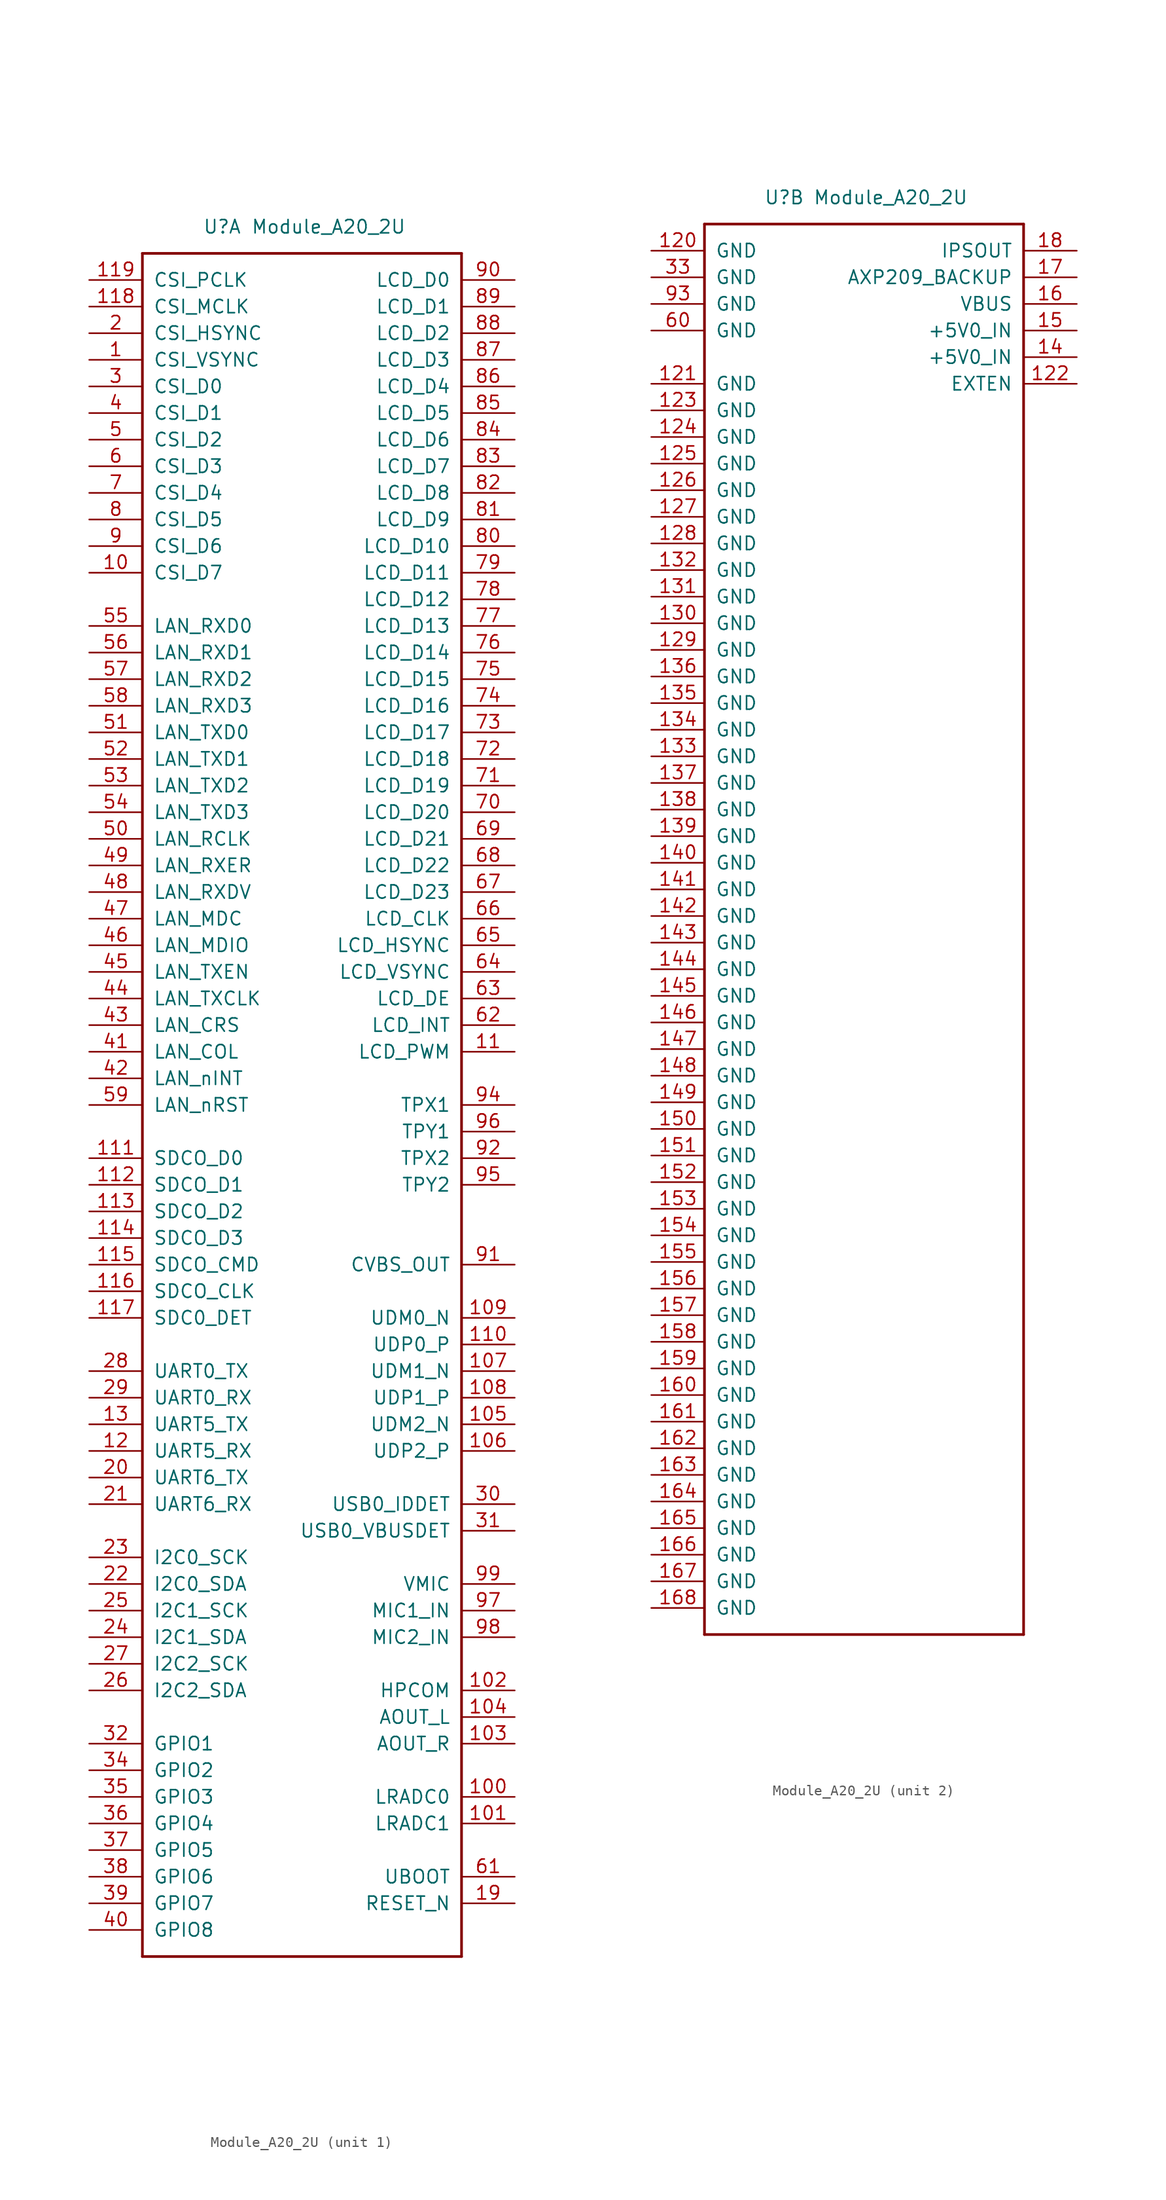
<source format=kicad_sym>
(kicad_symbol_lib
  (version 20220914)
  (generator kicad_symbol_editor)
  (symbol "Module_A20_2U"
    (pin_names
      (offset 1.016))
    (property "Reference" "U"
      (at 7.62 2.54 0)
      (effects (font (size 1.27 1.27))))
    (property "Value" "Module_A20_2U"
      (at 17.78 2.54 0)
      (effects (font (size 1.27 1.27))))
    (property "ki_locked" ""
      (at 0 0 0)
      (effects (font (size 1.27 1.27))))
    (symbol "Module_A20_2U_1_1"
      (polyline (pts (xy 0 -162.56) (xy 0 0)) (stroke (width 0.254) (type solid)) (fill (type none)))
      (polyline (pts (xy 0 -162.56) (xy 30.48 -162.56)) (stroke (width 0.254) (type solid)) (fill (type none)))
      (polyline (pts (xy 0 0) (xy 30.48 0)) (stroke (width 0.254) (type solid)) (fill (type none)))
      (polyline (pts (xy 30.48 0) (xy 30.48 -162.56)) (stroke (width 0.254) (type solid)) (fill (type none)))
      (pin output line (at -5.08 -10.16 0) (length 5.08) (name "CSI_VSYNC" (effects (font (size 1.27 1.27)))) (number "1" (effects (font (size 1.27 1.27)))))
      (pin input line (at -5.08 -30.48 0) (length 5.08) (name "CSI_D7" (effects (font (size 1.27 1.27)))) (number "10" (effects (font (size 1.27 1.27)))))
      (pin input line (at 35.56 -147.32 180) (length 5.08) (name "LRADC0" (effects (font (size 1.27 1.27)))) (number "100" (effects (font (size 1.27 1.27)))))
      (pin input line (at 35.56 -149.86 180) (length 5.08) (name "LRADC1" (effects (font (size 1.27 1.27)))) (number "101" (effects (font (size 1.27 1.27)))))
      (pin output line (at 35.56 -137.16 180) (length 5.08) (name "HPCOM" (effects (font (size 1.27 1.27)))) (number "102" (effects (font (size 1.27 1.27)))))
      (pin output line (at 35.56 -142.24 180) (length 5.08) (name "AOUT_R" (effects (font (size 1.27 1.27)))) (number "103" (effects (font (size 1.27 1.27)))))
      (pin output line (at 35.56 -139.7 180) (length 5.08) (name "AOUT_L" (effects (font (size 1.27 1.27)))) (number "104" (effects (font (size 1.27 1.27)))))
      (pin bidirectional line (at 35.56 -111.76 180) (length 5.08) (name "UDM2_N" (effects (font (size 1.27 1.27)))) (number "105" (effects (font (size 1.27 1.27)))))
      (pin bidirectional line (at 35.56 -114.3 180) (length 5.08) (name "UDP2_P" (effects (font (size 1.27 1.27)))) (number "106" (effects (font (size 1.27 1.27)))))
      (pin bidirectional line (at 35.56 -106.68 180) (length 5.08) (name "UDM1_N" (effects (font (size 1.27 1.27)))) (number "107" (effects (font (size 1.27 1.27)))))
      (pin bidirectional line (at 35.56 -109.22 180) (length 5.08) (name "UDP1_P" (effects (font (size 1.27 1.27)))) (number "108" (effects (font (size 1.27 1.27)))))
      (pin bidirectional line (at 35.56 -101.6 180) (length 5.08) (name "UDM0_N" (effects (font (size 1.27 1.27)))) (number "109" (effects (font (size 1.27 1.27)))))
      (pin input line (at 35.56 -76.2 180) (length 5.08) (name "LCD_PWM" (effects (font (size 1.27 1.27)))) (number "11" (effects (font (size 1.27 1.27)))))
      (pin bidirectional line (at 35.56 -104.14 180) (length 5.08) (name "UDP0_P" (effects (font (size 1.27 1.27)))) (number "110" (effects (font (size 1.27 1.27)))))
      (pin bidirectional line (at -5.08 -86.36 0) (length 5.08) (name "SDCO_D0" (effects (font (size 1.27 1.27)))) (number "111" (effects (font (size 1.27 1.27)))))
      (pin bidirectional line (at -5.08 -88.9 0) (length 5.08) (name "SDCO_D1" (effects (font (size 1.27 1.27)))) (number "112" (effects (font (size 1.27 1.27)))))
      (pin bidirectional line (at -5.08 -91.44 0) (length 5.08) (name "SDCO_D2" (effects (font (size 1.27 1.27)))) (number "113" (effects (font (size 1.27 1.27)))))
      (pin bidirectional line (at -5.08 -93.98 0) (length 5.08) (name "SDCO_D3" (effects (font (size 1.27 1.27)))) (number "114" (effects (font (size 1.27 1.27)))))
      (pin input line (at -5.08 -96.52 0) (length 5.08) (name "SDCO_CMD" (effects (font (size 1.27 1.27)))) (number "115" (effects (font (size 1.27 1.27)))))
      (pin output line (at -5.08 -99.06 0) (length 5.08) (name "SDCO_CLK" (effects (font (size 1.27 1.27)))) (number "116" (effects (font (size 1.27 1.27)))))
      (pin input line (at -5.08 -101.6 0) (length 5.08) (name "SDC0_DET" (effects (font (size 1.27 1.27)))) (number "117" (effects (font (size 1.27 1.27)))))
      (pin output line (at -5.08 -5.08 0) (length 5.08) (name "CSI_MCLK" (effects (font (size 1.27 1.27)))) (number "118" (effects (font (size 1.27 1.27)))))
      (pin output line (at -5.08 -2.54 0) (length 5.08) (name "CSI_PCLK" (effects (font (size 1.27 1.27)))) (number "119" (effects (font (size 1.27 1.27)))))
      (pin input line (at -5.08 -114.3 0) (length 5.08) (name "UART5_RX" (effects (font (size 1.27 1.27)))) (number "12" (effects (font (size 1.27 1.27)))))
      (pin output line (at -5.08 -111.76 0) (length 5.08) (name "UART5_TX" (effects (font (size 1.27 1.27)))) (number "13" (effects (font (size 1.27 1.27)))))
      (pin input line (at 35.56 -157.48 180) (length 5.08) (name "RESET_N" (effects (font (size 1.27 1.27)))) (number "19" (effects (font (size 1.27 1.27)))))
      (pin output line (at -5.08 -7.62 0) (length 5.08) (name "CSI_HSYNC" (effects (font (size 1.27 1.27)))) (number "2" (effects (font (size 1.27 1.27)))))
      (pin output line (at -5.08 -116.84 0) (length 5.08) (name "UART6_TX" (effects (font (size 1.27 1.27)))) (number "20" (effects (font (size 1.27 1.27)))))
      (pin input line (at -5.08 -119.38 0) (length 5.08) (name "UART6_RX" (effects (font (size 1.27 1.27)))) (number "21" (effects (font (size 1.27 1.27)))))
      (pin bidirectional line (at -5.08 -127 0) (length 5.08) (name "I2C0_SDA" (effects (font (size 1.27 1.27)))) (number "22" (effects (font (size 1.27 1.27)))))
      (pin output line (at -5.08 -124.46 0) (length 5.08) (name "I2C0_SCK" (effects (font (size 1.27 1.27)))) (number "23" (effects (font (size 1.27 1.27)))))
      (pin bidirectional line (at -5.08 -132.08 0) (length 5.08) (name "I2C1_SDA" (effects (font (size 1.27 1.27)))) (number "24" (effects (font (size 1.27 1.27)))))
      (pin output line (at -5.08 -129.54 0) (length 5.08) (name "I2C1_SCK" (effects (font (size 1.27 1.27)))) (number "25" (effects (font (size 1.27 1.27)))))
      (pin bidirectional line (at -5.08 -137.16 0) (length 5.08) (name "I2C2_SDA" (effects (font (size 1.27 1.27)))) (number "26" (effects (font (size 1.27 1.27)))))
      (pin output line (at -5.08 -134.62 0) (length 5.08) (name "I2C2_SCK" (effects (font (size 1.27 1.27)))) (number "27" (effects (font (size 1.27 1.27)))))
      (pin output line (at -5.08 -106.68 0) (length 5.08) (name "UART0_TX" (effects (font (size 1.27 1.27)))) (number "28" (effects (font (size 1.27 1.27)))))
      (pin input line (at -5.08 -109.22 0) (length 5.08) (name "UART0_RX" (effects (font (size 1.27 1.27)))) (number "29" (effects (font (size 1.27 1.27)))))
      (pin input line (at -5.08 -12.7 0) (length 5.08) (name "CSI_D0" (effects (font (size 1.27 1.27)))) (number "3" (effects (font (size 1.27 1.27)))))
      (pin input line (at 35.56 -119.38 180) (length 5.08) (name "USB0_IDDET" (effects (font (size 1.27 1.27)))) (number "30" (effects (font (size 1.27 1.27)))))
      (pin input line (at 35.56 -121.92 180) (length 5.08) (name "USB0_VBUSDET" (effects (font (size 1.27 1.27)))) (number "31" (effects (font (size 1.27 1.27)))))
      (pin input line (at -5.08 -142.24 0) (length 5.08) (name "GPIO1" (effects (font (size 1.27 1.27)))) (number "32" (effects (font (size 1.27 1.27)))))
      (pin input line (at -5.08 -144.78 0) (length 5.08) (name "GPIO2" (effects (font (size 1.27 1.27)))) (number "34" (effects (font (size 1.27 1.27)))))
      (pin input line (at -5.08 -147.32 0) (length 5.08) (name "GPIO3" (effects (font (size 1.27 1.27)))) (number "35" (effects (font (size 1.27 1.27)))))
      (pin input line (at -5.08 -149.86 0) (length 5.08) (name "GPIO4" (effects (font (size 1.27 1.27)))) (number "36" (effects (font (size 1.27 1.27)))))
      (pin output line (at -5.08 -152.4 0) (length 5.08) (name "GPIO5" (effects (font (size 1.27 1.27)))) (number "37" (effects (font (size 1.27 1.27)))))
      (pin output line (at -5.08 -154.94 0) (length 5.08) (name "GPIO6" (effects (font (size 1.27 1.27)))) (number "38" (effects (font (size 1.27 1.27)))))
      (pin output line (at -5.08 -157.48 0) (length 5.08) (name "GPIO7" (effects (font (size 1.27 1.27)))) (number "39" (effects (font (size 1.27 1.27)))))
      (pin input line (at -5.08 -15.24 0) (length 5.08) (name "CSI_D1" (effects (font (size 1.27 1.27)))) (number "4" (effects (font (size 1.27 1.27)))))
      (pin output line (at -5.08 -160.02 0) (length 5.08) (name "GPIO8" (effects (font (size 1.27 1.27)))) (number "40" (effects (font (size 1.27 1.27)))))
      (pin output line (at -5.08 -76.2 0) (length 5.08) (name "LAN_COL" (effects (font (size 1.27 1.27)))) (number "41" (effects (font (size 1.27 1.27)))))
      (pin output line (at -5.08 -78.74 0) (length 5.08) (name "LAN_nINT" (effects (font (size 1.27 1.27)))) (number "42" (effects (font (size 1.27 1.27)))))
      (pin output line (at -5.08 -73.66 0) (length 5.08) (name "LAN_CRS" (effects (font (size 1.27 1.27)))) (number "43" (effects (font (size 1.27 1.27)))))
      (pin output line (at -5.08 -71.12 0) (length 5.08) (name "LAN_TXCLK" (effects (font (size 1.27 1.27)))) (number "44" (effects (font (size 1.27 1.27)))))
      (pin output line (at -5.08 -68.58 0) (length 5.08) (name "LAN_TXEN" (effects (font (size 1.27 1.27)))) (number "45" (effects (font (size 1.27 1.27)))))
      (pin input line (at -5.08 -66.04 0) (length 5.08) (name "LAN_MDIO" (effects (font (size 1.27 1.27)))) (number "46" (effects (font (size 1.27 1.27)))))
      (pin input line (at -5.08 -63.5 0) (length 5.08) (name "LAN_MDC" (effects (font (size 1.27 1.27)))) (number "47" (effects (font (size 1.27 1.27)))))
      (pin input line (at -5.08 -60.96 0) (length 5.08) (name "LAN_RXDV" (effects (font (size 1.27 1.27)))) (number "48" (effects (font (size 1.27 1.27)))))
      (pin input line (at -5.08 -58.42 0) (length 5.08) (name "LAN_RXER" (effects (font (size 1.27 1.27)))) (number "49" (effects (font (size 1.27 1.27)))))
      (pin input line (at -5.08 -17.78 0) (length 5.08) (name "CSI_D2" (effects (font (size 1.27 1.27)))) (number "5" (effects (font (size 1.27 1.27)))))
      (pin input line (at -5.08 -55.88 0) (length 5.08) (name "LAN_RCLK" (effects (font (size 1.27 1.27)))) (number "50" (effects (font (size 1.27 1.27)))))
      (pin output line (at -5.08 -45.72 0) (length 5.08) (name "LAN_TXD0" (effects (font (size 1.27 1.27)))) (number "51" (effects (font (size 1.27 1.27)))))
      (pin output line (at -5.08 -48.26 0) (length 5.08) (name "LAN_TXD1" (effects (font (size 1.27 1.27)))) (number "52" (effects (font (size 1.27 1.27)))))
      (pin output line (at -5.08 -50.8 0) (length 5.08) (name "LAN_TXD2" (effects (font (size 1.27 1.27)))) (number "53" (effects (font (size 1.27 1.27)))))
      (pin output line (at -5.08 -53.34 0) (length 5.08) (name "LAN_TXD3" (effects (font (size 1.27 1.27)))) (number "54" (effects (font (size 1.27 1.27)))))
      (pin input line (at -5.08 -35.56 0) (length 5.08) (name "LAN_RXD0" (effects (font (size 1.27 1.27)))) (number "55" (effects (font (size 1.27 1.27)))))
      (pin input line (at -5.08 -38.1 0) (length 5.08) (name "LAN_RXD1" (effects (font (size 1.27 1.27)))) (number "56" (effects (font (size 1.27 1.27)))))
      (pin input line (at -5.08 -40.64 0) (length 5.08) (name "LAN_RXD2" (effects (font (size 1.27 1.27)))) (number "57" (effects (font (size 1.27 1.27)))))
      (pin input line (at -5.08 -43.18 0) (length 5.08) (name "LAN_RXD3" (effects (font (size 1.27 1.27)))) (number "58" (effects (font (size 1.27 1.27)))))
      (pin output line (at -5.08 -81.28 0) (length 5.08) (name "LAN_nRST" (effects (font (size 1.27 1.27)))) (number "59" (effects (font (size 1.27 1.27)))))
      (pin input line (at -5.08 -20.32 0) (length 5.08) (name "CSI_D3" (effects (font (size 1.27 1.27)))) (number "6" (effects (font (size 1.27 1.27)))))
      (pin input line (at 35.56 -154.94 180) (length 5.08) (name "UBOOT" (effects (font (size 1.27 1.27)))) (number "61" (effects (font (size 1.27 1.27)))))
      (pin input line (at 35.56 -73.66 180) (length 5.08) (name "LCD_INT" (effects (font (size 1.27 1.27)))) (number "62" (effects (font (size 1.27 1.27)))))
      (pin input line (at 35.56 -71.12 180) (length 5.08) (name "LCD_DE" (effects (font (size 1.27 1.27)))) (number "63" (effects (font (size 1.27 1.27)))))
      (pin input line (at 35.56 -68.58 180) (length 5.08) (name "LCD_VSYNC" (effects (font (size 1.27 1.27)))) (number "64" (effects (font (size 1.27 1.27)))))
      (pin input line (at 35.56 -66.04 180) (length 5.08) (name "LCD_HSYNC" (effects (font (size 1.27 1.27)))) (number "65" (effects (font (size 1.27 1.27)))))
      (pin input line (at 35.56 -63.5 180) (length 5.08) (name "LCD_CLK" (effects (font (size 1.27 1.27)))) (number "66" (effects (font (size 1.27 1.27)))))
      (pin input line (at 35.56 -60.96 180) (length 5.08) (name "LCD_D23" (effects (font (size 1.27 1.27)))) (number "67" (effects (font (size 1.27 1.27)))))
      (pin input line (at 35.56 -58.42 180) (length 5.08) (name "LCD_D22" (effects (font (size 1.27 1.27)))) (number "68" (effects (font (size 1.27 1.27)))))
      (pin input line (at 35.56 -55.88 180) (length 5.08) (name "LCD_D21" (effects (font (size 1.27 1.27)))) (number "69" (effects (font (size 1.27 1.27)))))
      (pin input line (at -5.08 -22.86 0) (length 5.08) (name "CSI_D4" (effects (font (size 1.27 1.27)))) (number "7" (effects (font (size 1.27 1.27)))))
      (pin input line (at 35.56 -53.34 180) (length 5.08) (name "LCD_D20" (effects (font (size 1.27 1.27)))) (number "70" (effects (font (size 1.27 1.27)))))
      (pin input line (at 35.56 -50.8 180) (length 5.08) (name "LCD_D19" (effects (font (size 1.27 1.27)))) (number "71" (effects (font (size 1.27 1.27)))))
      (pin input line (at 35.56 -48.26 180) (length 5.08) (name "LCD_D18" (effects (font (size 1.27 1.27)))) (number "72" (effects (font (size 1.27 1.27)))))
      (pin input line (at 35.56 -45.72 180) (length 5.08) (name "LCD_D17" (effects (font (size 1.27 1.27)))) (number "73" (effects (font (size 1.27 1.27)))))
      (pin input line (at 35.56 -43.18 180) (length 5.08) (name "LCD_D16" (effects (font (size 1.27 1.27)))) (number "74" (effects (font (size 1.27 1.27)))))
      (pin input line (at 35.56 -40.64 180) (length 5.08) (name "LCD_D15" (effects (font (size 1.27 1.27)))) (number "75" (effects (font (size 1.27 1.27)))))
      (pin input line (at 35.56 -38.1 180) (length 5.08) (name "LCD_D14" (effects (font (size 1.27 1.27)))) (number "76" (effects (font (size 1.27 1.27)))))
      (pin input line (at 35.56 -35.56 180) (length 5.08) (name "LCD_D13" (effects (font (size 1.27 1.27)))) (number "77" (effects (font (size 1.27 1.27)))))
      (pin input line (at 35.56 -33.02 180) (length 5.08) (name "LCD_D12" (effects (font (size 1.27 1.27)))) (number "78" (effects (font (size 1.27 1.27)))))
      (pin input line (at 35.56 -30.48 180) (length 5.08) (name "LCD_D11" (effects (font (size 1.27 1.27)))) (number "79" (effects (font (size 1.27 1.27)))))
      (pin input line (at -5.08 -25.4 0) (length 5.08) (name "CSI_D5" (effects (font (size 1.27 1.27)))) (number "8" (effects (font (size 1.27 1.27)))))
      (pin input line (at 35.56 -27.94 180) (length 5.08) (name "LCD_D10" (effects (font (size 1.27 1.27)))) (number "80" (effects (font (size 1.27 1.27)))))
      (pin input line (at 35.56 -25.4 180) (length 5.08) (name "LCD_D9" (effects (font (size 1.27 1.27)))) (number "81" (effects (font (size 1.27 1.27)))))
      (pin input line (at 35.56 -22.86 180) (length 5.08) (name "LCD_D8" (effects (font (size 1.27 1.27)))) (number "82" (effects (font (size 1.27 1.27)))))
      (pin input line (at 35.56 -20.32 180) (length 5.08) (name "LCD_D7" (effects (font (size 1.27 1.27)))) (number "83" (effects (font (size 1.27 1.27)))))
      (pin input line (at 35.56 -17.78 180) (length 5.08) (name "LCD_D6" (effects (font (size 1.27 1.27)))) (number "84" (effects (font (size 1.27 1.27)))))
      (pin input line (at 35.56 -15.24 180) (length 5.08) (name "LCD_D5" (effects (font (size 1.27 1.27)))) (number "85" (effects (font (size 1.27 1.27)))))
      (pin input line (at 35.56 -12.7 180) (length 5.08) (name "LCD_D4" (effects (font (size 1.27 1.27)))) (number "86" (effects (font (size 1.27 1.27)))))
      (pin input line (at 35.56 -10.16 180) (length 5.08) (name "LCD_D3" (effects (font (size 1.27 1.27)))) (number "87" (effects (font (size 1.27 1.27)))))
      (pin input line (at 35.56 -7.62 180) (length 5.08) (name "LCD_D2" (effects (font (size 1.27 1.27)))) (number "88" (effects (font (size 1.27 1.27)))))
      (pin input line (at 35.56 -5.08 180) (length 5.08) (name "LCD_D1" (effects (font (size 1.27 1.27)))) (number "89" (effects (font (size 1.27 1.27)))))
      (pin input line (at -5.08 -27.94 0) (length 5.08) (name "CSI_D6" (effects (font (size 1.27 1.27)))) (number "9" (effects (font (size 1.27 1.27)))))
      (pin input line (at 35.56 -2.54 180) (length 5.08) (name "LCD_D0" (effects (font (size 1.27 1.27)))) (number "90" (effects (font (size 1.27 1.27)))))
      (pin output line (at 35.56 -96.52 180) (length 5.08) (name "CVBS_OUT" (effects (font (size 1.27 1.27)))) (number "91" (effects (font (size 1.27 1.27)))))
      (pin input line (at 35.56 -86.36 180) (length 5.08) (name "TPX2" (effects (font (size 1.27 1.27)))) (number "92" (effects (font (size 1.27 1.27)))))
      (pin input line (at 35.56 -81.28 180) (length 5.08) (name "TPX1" (effects (font (size 1.27 1.27)))) (number "94" (effects (font (size 1.27 1.27)))))
      (pin input line (at 35.56 -88.9 180) (length 5.08) (name "TPY2" (effects (font (size 1.27 1.27)))) (number "95" (effects (font (size 1.27 1.27)))))
      (pin input line (at 35.56 -83.82 180) (length 5.08) (name "TPY1" (effects (font (size 1.27 1.27)))) (number "96" (effects (font (size 1.27 1.27)))))
      (pin input line (at 35.56 -129.54 180) (length 5.08) (name "MIC1_IN" (effects (font (size 1.27 1.27)))) (number "97" (effects (font (size 1.27 1.27)))))
      (pin input line (at 35.56 -132.08 180) (length 5.08) (name "MIC2_IN" (effects (font (size 1.27 1.27)))) (number "98" (effects (font (size 1.27 1.27)))))
      (pin output line (at 35.56 -127 180) (length 5.08) (name "VMIC" (effects (font (size 1.27 1.27)))) (number "99" (effects (font (size 1.27 1.27))))))
    (symbol "Module_A20_2U_2_1"
      (polyline (pts (xy 0 -134.62) (xy 0 0)) (stroke (width 0.254) (type solid)) (fill (type none)))
      (polyline (pts (xy 0 -134.62) (xy 30.48 -134.62)) (stroke (width 0.254) (type solid)) (fill (type none)))
      (polyline (pts (xy 0 0) (xy 30.48 0)) (stroke (width 0.254) (type solid)) (fill (type none)))
      (polyline (pts (xy 30.48 0) (xy 30.48 -134.62)) (stroke (width 0.254) (type solid)) (fill (type none)))
      (pin power_in line (at -5.08 -2.54 0) (length 5.08) (name "GND" (effects (font (size 1.27 1.27)))) (number "120" (effects (font (size 1.27 1.27)))))
      (pin power_in line (at -5.08 -15.24 0) (length 5.08) (name "GND" (effects (font (size 1.27 1.27)))) (number "121" (effects (font (size 1.27 1.27)))))
      (pin output line (at 35.56 -15.24 180) (length 5.08) (name "EXTEN" (effects (font (size 1.27 1.27)))) (number "122" (effects (font (size 1.27 1.27)))))
      (pin power_in line (at -5.08 -17.78 0) (length 5.08) (name "GND" (effects (font (size 1.27 1.27)))) (number "123" (effects (font (size 1.27 1.27)))))
      (pin power_in line (at -5.08 -20.32 0) (length 5.08) (name "GND" (effects (font (size 1.27 1.27)))) (number "124" (effects (font (size 1.27 1.27)))))
      (pin power_in line (at -5.08 -22.86 0) (length 5.08) (name "GND" (effects (font (size 1.27 1.27)))) (number "125" (effects (font (size 1.27 1.27)))))
      (pin power_in line (at -5.08 -25.4 0) (length 5.08) (name "GND" (effects (font (size 1.27 1.27)))) (number "126" (effects (font (size 1.27 1.27)))))
      (pin power_in line (at -5.08 -27.94 0) (length 5.08) (name "GND" (effects (font (size 1.27 1.27)))) (number "127" (effects (font (size 1.27 1.27)))))
      (pin power_in line (at -5.08 -30.48 0) (length 5.08) (name "GND" (effects (font (size 1.27 1.27)))) (number "128" (effects (font (size 1.27 1.27)))))
      (pin power_in line (at -5.08 -40.64 0) (length 5.08) (name "GND" (effects (font (size 1.27 1.27)))) (number "129" (effects (font (size 1.27 1.27)))))
      (pin power_in line (at -5.08 -38.1 0) (length 5.08) (name "GND" (effects (font (size 1.27 1.27)))) (number "130" (effects (font (size 1.27 1.27)))))
      (pin power_in line (at -5.08 -35.56 0) (length 5.08) (name "GND" (effects (font (size 1.27 1.27)))) (number "131" (effects (font (size 1.27 1.27)))))
      (pin power_in line (at -5.08 -33.02 0) (length 5.08) (name "GND" (effects (font (size 1.27 1.27)))) (number "132" (effects (font (size 1.27 1.27)))))
      (pin power_in line (at -5.08 -50.8 0) (length 5.08) (name "GND" (effects (font (size 1.27 1.27)))) (number "133" (effects (font (size 1.27 1.27)))))
      (pin power_in line (at -5.08 -48.26 0) (length 5.08) (name "GND" (effects (font (size 1.27 1.27)))) (number "134" (effects (font (size 1.27 1.27)))))
      (pin power_in line (at -5.08 -45.72 0) (length 5.08) (name "GND" (effects (font (size 1.27 1.27)))) (number "135" (effects (font (size 1.27 1.27)))))
      (pin power_in line (at -5.08 -43.18 0) (length 5.08) (name "GND" (effects (font (size 1.27 1.27)))) (number "136" (effects (font (size 1.27 1.27)))))
      (pin power_in line (at -5.08 -53.34 0) (length 5.08) (name "GND" (effects (font (size 1.27 1.27)))) (number "137" (effects (font (size 1.27 1.27)))))
      (pin power_in line (at -5.08 -55.88 0) (length 5.08) (name "GND" (effects (font (size 1.27 1.27)))) (number "138" (effects (font (size 1.27 1.27)))))
      (pin power_in line (at -5.08 -58.42 0) (length 5.08) (name "GND" (effects (font (size 1.27 1.27)))) (number "139" (effects (font (size 1.27 1.27)))))
      (pin power_in line (at 35.56 -12.7 180) (length 5.08) (name "+5V0_IN" (effects (font (size 1.27 1.27)))) (number "14" (effects (font (size 1.27 1.27)))))
      (pin power_in line (at -5.08 -60.96 0) (length 5.08) (name "GND" (effects (font (size 1.27 1.27)))) (number "140" (effects (font (size 1.27 1.27)))))
      (pin power_in line (at -5.08 -63.5 0) (length 5.08) (name "GND" (effects (font (size 1.27 1.27)))) (number "141" (effects (font (size 1.27 1.27)))))
      (pin power_in line (at -5.08 -66.04 0) (length 5.08) (name "GND" (effects (font (size 1.27 1.27)))) (number "142" (effects (font (size 1.27 1.27)))))
      (pin power_in line (at -5.08 -68.58 0) (length 5.08) (name "GND" (effects (font (size 1.27 1.27)))) (number "143" (effects (font (size 1.27 1.27)))))
      (pin power_in line (at -5.08 -71.12 0) (length 5.08) (name "GND" (effects (font (size 1.27 1.27)))) (number "144" (effects (font (size 1.27 1.27)))))
      (pin power_in line (at -5.08 -73.66 0) (length 5.08) (name "GND" (effects (font (size 1.27 1.27)))) (number "145" (effects (font (size 1.27 1.27)))))
      (pin power_in line (at -5.08 -76.2 0) (length 5.08) (name "GND" (effects (font (size 1.27 1.27)))) (number "146" (effects (font (size 1.27 1.27)))))
      (pin power_in line (at -5.08 -78.74 0) (length 5.08) (name "GND" (effects (font (size 1.27 1.27)))) (number "147" (effects (font (size 1.27 1.27)))))
      (pin power_in line (at -5.08 -81.28 0) (length 5.08) (name "GND" (effects (font (size 1.27 1.27)))) (number "148" (effects (font (size 1.27 1.27)))))
      (pin power_in line (at -5.08 -83.82 0) (length 5.08) (name "GND" (effects (font (size 1.27 1.27)))) (number "149" (effects (font (size 1.27 1.27)))))
      (pin power_in line (at 35.56 -10.16 180) (length 5.08) (name "+5V0_IN" (effects (font (size 1.27 1.27)))) (number "15" (effects (font (size 1.27 1.27)))))
      (pin power_in line (at -5.08 -86.36 0) (length 5.08) (name "GND" (effects (font (size 1.27 1.27)))) (number "150" (effects (font (size 1.27 1.27)))))
      (pin power_in line (at -5.08 -88.9 0) (length 5.08) (name "GND" (effects (font (size 1.27 1.27)))) (number "151" (effects (font (size 1.27 1.27)))))
      (pin power_in line (at -5.08 -91.44 0) (length 5.08) (name "GND" (effects (font (size 1.27 1.27)))) (number "152" (effects (font (size 1.27 1.27)))))
      (pin power_in line (at -5.08 -93.98 0) (length 5.08) (name "GND" (effects (font (size 1.27 1.27)))) (number "153" (effects (font (size 1.27 1.27)))))
      (pin power_in line (at -5.08 -96.52 0) (length 5.08) (name "GND" (effects (font (size 1.27 1.27)))) (number "154" (effects (font (size 1.27 1.27)))))
      (pin power_in line (at -5.08 -99.06 0) (length 5.08) (name "GND" (effects (font (size 1.27 1.27)))) (number "155" (effects (font (size 1.27 1.27)))))
      (pin power_in line (at -5.08 -101.6 0) (length 5.08) (name "GND" (effects (font (size 1.27 1.27)))) (number "156" (effects (font (size 1.27 1.27)))))
      (pin power_in line (at -5.08 -104.14 0) (length 5.08) (name "GND" (effects (font (size 1.27 1.27)))) (number "157" (effects (font (size 1.27 1.27)))))
      (pin power_in line (at -5.08 -106.68 0) (length 5.08) (name "GND" (effects (font (size 1.27 1.27)))) (number "158" (effects (font (size 1.27 1.27)))))
      (pin power_in line (at -5.08 -109.22 0) (length 5.08) (name "GND" (effects (font (size 1.27 1.27)))) (number "159" (effects (font (size 1.27 1.27)))))
      (pin power_in line (at 35.56 -7.62 180) (length 5.08) (name "VBUS" (effects (font (size 1.27 1.27)))) (number "16" (effects (font (size 1.27 1.27)))))
      (pin power_in line (at -5.08 -111.76 0) (length 5.08) (name "GND" (effects (font (size 1.27 1.27)))) (number "160" (effects (font (size 1.27 1.27)))))
      (pin power_in line (at -5.08 -114.3 0) (length 5.08) (name "GND" (effects (font (size 1.27 1.27)))) (number "161" (effects (font (size 1.27 1.27)))))
      (pin power_in line (at -5.08 -116.84 0) (length 5.08) (name "GND" (effects (font (size 1.27 1.27)))) (number "162" (effects (font (size 1.27 1.27)))))
      (pin power_in line (at -5.08 -119.38 0) (length 5.08) (name "GND" (effects (font (size 1.27 1.27)))) (number "163" (effects (font (size 1.27 1.27)))))
      (pin power_in line (at -5.08 -121.92 0) (length 5.08) (name "GND" (effects (font (size 1.27 1.27)))) (number "164" (effects (font (size 1.27 1.27)))))
      (pin power_in line (at -5.08 -124.46 0) (length 5.08) (name "GND" (effects (font (size 1.27 1.27)))) (number "165" (effects (font (size 1.27 1.27)))))
      (pin power_in line (at -5.08 -127 0) (length 5.08) (name "GND" (effects (font (size 1.27 1.27)))) (number "166" (effects (font (size 1.27 1.27)))))
      (pin power_in line (at -5.08 -129.54 0) (length 5.08) (name "GND" (effects (font (size 1.27 1.27)))) (number "167" (effects (font (size 1.27 1.27)))))
      (pin power_in line (at -5.08 -132.08 0) (length 5.08) (name "GND" (effects (font (size 1.27 1.27)))) (number "168" (effects (font (size 1.27 1.27)))))
      (pin power_in line (at 35.56 -5.08 180) (length 5.08) (name "AXP209_BACKUP" (effects (font (size 1.27 1.27)))) (number "17" (effects (font (size 1.27 1.27)))))
      (pin power_out line (at 35.56 -2.54 180) (length 5.08) (name "IPSOUT" (effects (font (size 1.27 1.27)))) (number "18" (effects (font (size 1.27 1.27)))))
      (pin power_in line (at -5.08 -5.08 0) (length 5.08) (name "GND" (effects (font (size 1.27 1.27)))) (number "33" (effects (font (size 1.27 1.27)))))
      (pin power_in line (at -5.08 -10.16 0) (length 5.08) (name "GND" (effects (font (size 1.27 1.27)))) (number "60" (effects (font (size 1.27 1.27)))))
      (pin power_in line (at -5.08 -7.62 0) (length 5.08) (name "GND" (effects (font (size 1.27 1.27)))) (number "93" (effects (font (size 1.27 1.27))))))))
</source>
